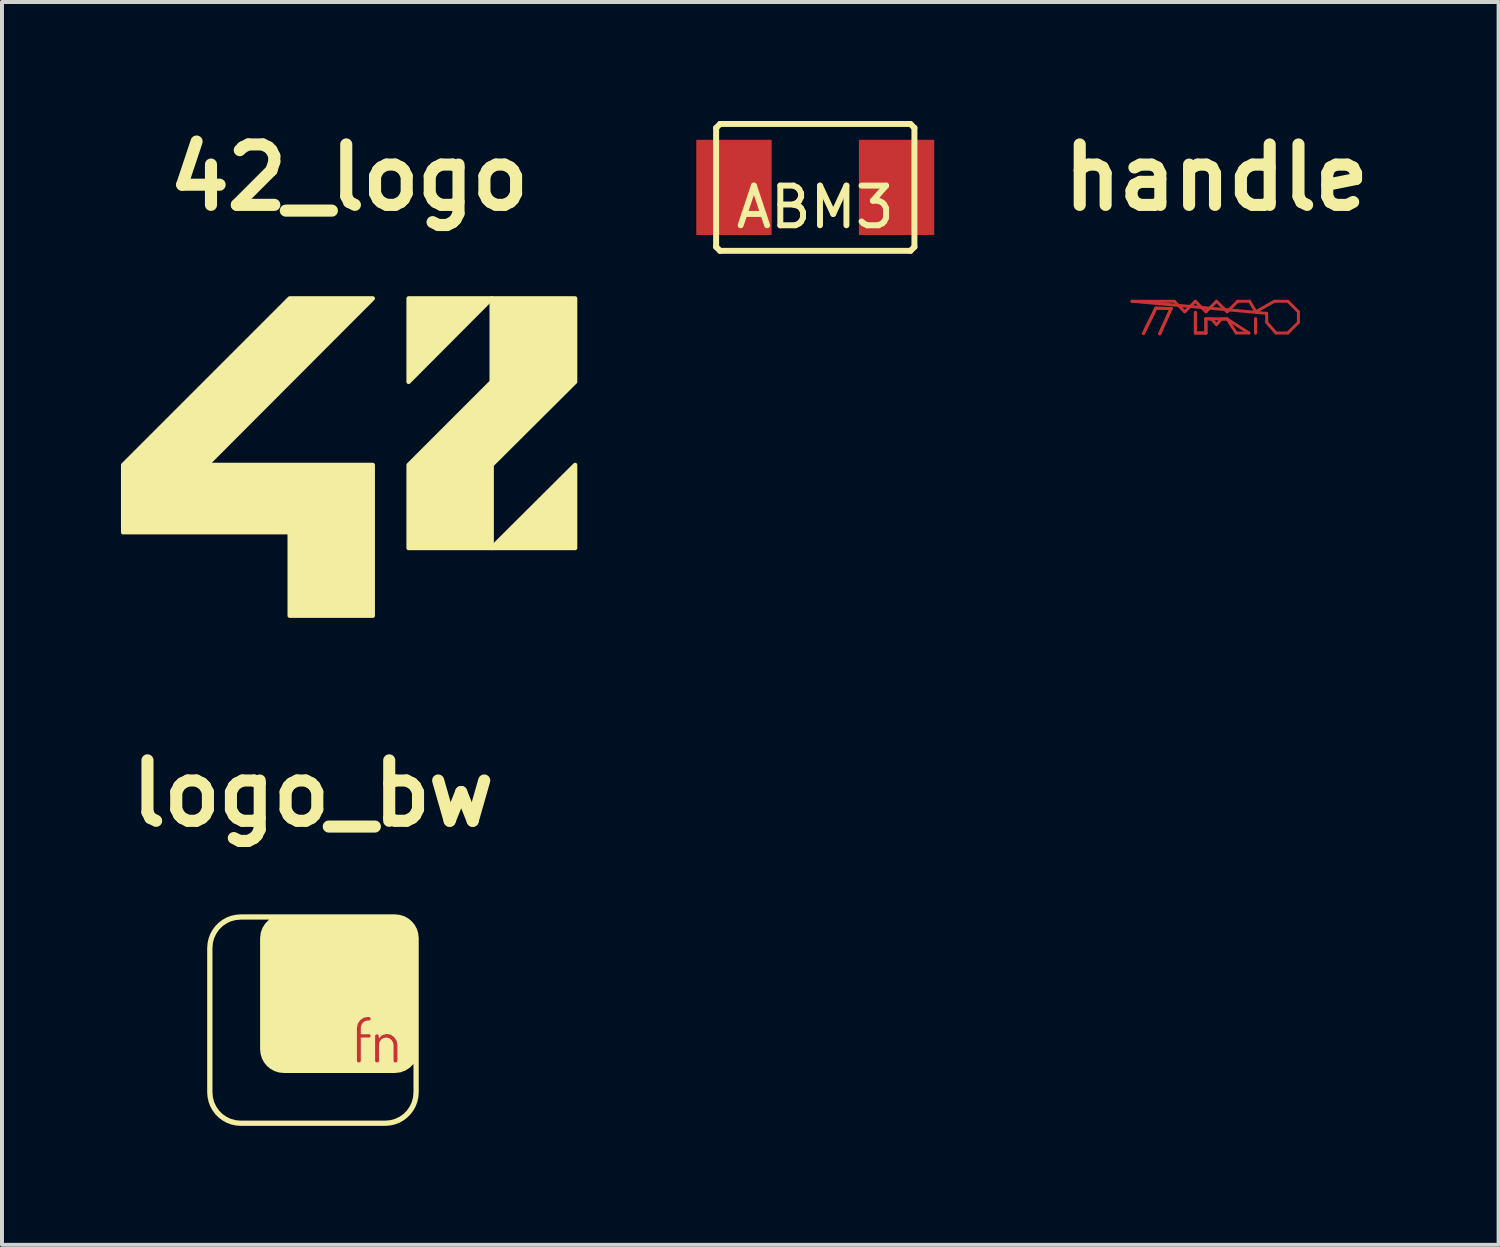
<source format=kicad_pcb>
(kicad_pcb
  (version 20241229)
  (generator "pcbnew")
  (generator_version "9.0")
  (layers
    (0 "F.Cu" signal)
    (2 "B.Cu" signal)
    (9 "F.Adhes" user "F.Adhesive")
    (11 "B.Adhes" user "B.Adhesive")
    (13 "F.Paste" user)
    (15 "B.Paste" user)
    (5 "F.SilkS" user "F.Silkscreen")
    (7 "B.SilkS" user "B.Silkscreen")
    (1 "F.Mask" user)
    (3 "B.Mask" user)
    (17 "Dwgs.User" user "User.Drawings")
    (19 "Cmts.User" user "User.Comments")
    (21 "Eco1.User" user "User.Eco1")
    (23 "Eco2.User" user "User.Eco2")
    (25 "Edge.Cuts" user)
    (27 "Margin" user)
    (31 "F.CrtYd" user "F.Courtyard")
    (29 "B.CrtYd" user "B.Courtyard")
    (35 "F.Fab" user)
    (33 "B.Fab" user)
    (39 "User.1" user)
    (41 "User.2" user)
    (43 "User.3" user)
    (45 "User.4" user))
  (footprint "handle"
    (layer "F.Cu")
    (at 27.621 4.921)
    (property "Reference" "handle" (at 0 -3.494 0) (layer "F.SilkS") (effects (font (size 1.524 1.524) (thickness 0.305))))
    (attr smd)
    (fp_line (start -2.131 -0.375) (end 1.267 -0.071) (stroke (width 0.075) (type solid)) (layer "F.Cu"))
    (fp_line (start -1.864 -0.375) (end -2.131 -0.375) (stroke (width 0.075) (type solid)) (layer "F.Cu"))
    (fp_line (start -1.842 0.44) (end -1.527 -0.2) (stroke (width 0.075) (type solid)) (layer "F.Cu"))
    (fp_line (start -1.527 -0.2) (end -1.842 0.44) (stroke (width 0.075) (type solid)) (layer "F.Cu"))
    (fp_line (start -1.527 -0.2) (end -1.143 -0.193) (stroke (width 0.075) (type solid)) (layer "F.Cu"))
    (fp_line (start -1.431 0.446) (end -1.143 -0.193) (stroke (width 0.075) (type solid)) (layer "F.Cu"))
    (fp_line (start -1.143 -0.193) (end -1.527 -0.2) (stroke (width 0.075) (type solid)) (layer "F.Cu"))
    (fp_line (start -1.143 -0.193) (end -1.431 0.446) (stroke (width 0.075) (type solid)) (layer "F.Cu"))
    (fp_line (start -1.064 -0.375) (end -1.864 -0.375) (stroke (width 0.075) (type solid)) (layer "F.Cu"))
    (fp_line (start -0.798 -0.109) (end -1.064 -0.375) (stroke (width 0.075) (type solid)) (layer "F.Cu"))
    (fp_line (start -0.531 -0.375) (end -0.798 -0.109) (stroke (width 0.075) (type solid)) (layer "F.Cu"))
    (fp_line (start -0.531 -0.092) (end -0.531 0.425) (stroke (width 0.075) (type solid)) (layer "F.Cu"))
    (fp_line (start -0.531 0.425) (end -0.531 -0.092) (stroke (width 0.075) (type solid)) (layer "F.Cu"))
    (fp_line (start -0.531 0.425) (end -0.264 0.425) (stroke (width 0.075) (type solid)) (layer "F.Cu"))
    (fp_line (start -0.267 0.067) (end -0.264 0.425) (stroke (width 0.075) (type solid)) (layer "F.Cu"))
    (fp_line (start -0.267 0.067) (end -0.125 0.071) (stroke (width 0.075) (type solid)) (layer "F.Cu"))
    (fp_line (start -0.264 -0.109) (end -0.531 -0.375) (stroke (width 0.075) (type solid)) (layer "F.Cu"))
    (fp_line (start -0.264 0.425) (end -0.531 0.425) (stroke (width 0.075) (type solid)) (layer "F.Cu"))
    (fp_line (start -0.264 0.425) (end -0.267 0.067) (stroke (width 0.075) (type solid)) (layer "F.Cu"))
    (fp_line (start -0.125 0.071) (end 0.002 0.215) (stroke (width 0.075) (type solid)) (layer "F.Cu"))
    (fp_line (start 0.002 0.215) (end 0.125 0.071) (stroke (width 0.075) (type solid)) (layer "F.Cu"))
    (fp_line (start 0.002 -0.375) (end -0.264 -0.109) (stroke (width 0.075) (type solid)) (layer "F.Cu"))
    (fp_line (start 0.125 0.071) (end 0.269 0.071) (stroke (width 0.075) (type solid)) (layer "F.Cu"))
    (fp_line (start 0.269 -0.109) (end 0.002 -0.375) (stroke (width 0.075) (type solid)) (layer "F.Cu"))
    (fp_line (start 0.269 0.071) (end -0.267 0.067) (stroke (width 0.075) (type solid)) (layer "F.Cu"))
    (fp_line (start 0.269 0.071) (end 0.5 0.425) (stroke (width 0.075) (type solid)) (layer "F.Cu"))
    (fp_line (start 0.5 0.425) (end 0.818 0.425) (stroke (width 0.075) (type solid)) (layer "F.Cu"))
    (fp_line (start 0.536 -0.375) (end 0.269 -0.109) (stroke (width 0.075) (type solid)) (layer "F.Cu"))
    (fp_line (start 0.818 0.425) (end 0.269 0.071) (stroke (width 0.075) (type solid)) (layer "F.Cu"))
    (fp_line (start 0.835 -0.375) (end 0.536 -0.375) (stroke (width 0.075) (type solid)) (layer "F.Cu"))
    (fp_line (start 0.988 0.067) (end 0.988 0.425) (stroke (width 0.075) (type solid)) (layer "F.Cu"))
    (fp_line (start 0.988 0.425) (end 0.988 0.067) (stroke (width 0.075) (type solid)) (layer "F.Cu"))
    (fp_line (start 0.99 -0.109) (end 0.835 -0.375) (stroke (width 0.075) (type solid)) (layer "F.Cu"))
    (fp_line (start 1.267 -0.071) (end 1.267 0.158) (stroke (width 0.075) (type solid)) (layer "F.Cu"))
    (fp_line (start 1.267 0.158) (end 1.502 0.425) (stroke (width 0.075) (type solid)) (layer "F.Cu"))
    (fp_line (start 1.46 -0.375) (end 0.99 -0.109) (stroke (width 0.075) (type solid)) (layer "F.Cu"))
    (fp_line (start 1.502 0.425) (end 1.8 0.425) (stroke (width 0.075) (type solid)) (layer "F.Cu"))
    (fp_line (start 1.8 -0.375) (end 1.46 -0.375) (stroke (width 0.075) (type solid)) (layer "F.Cu"))
    (fp_line (start 1.8 0.425) (end 2.067 0.158) (stroke (width 0.075) (type solid)) (layer "F.Cu"))
    (fp_line (start 2.067 -0.109) (end 1.8 -0.375) (stroke (width 0.075) (type solid)) (layer "F.Cu"))
    (fp_line (start 2.067 0.158) (end 2.067 -0.109) (stroke (width 0.075) (type solid)) (layer "F.Cu"))
    (fp_poly (pts (xy -1.53 -0.271) (xy -1.846 0.37) (xy -1.53 -0.271)) (stroke (width 0) (type solid)) (fill yes) (layer "F.Mask"))
    (fp_poly (pts (xy -0.539 -0.163) (xy -0.539 0.354) (xy -0.539 -0.163)) (stroke (width 0) (type solid)) (fill yes) (layer "F.Mask"))
    (fp_poly (pts (xy -0.537 0.354) (xy -0.271 0.354) (xy -0.537 0.354)) (stroke (width 0) (type solid)) (fill yes) (layer "F.Mask"))
    (fp_poly (pts (xy -1.532 -0.27) (xy -1.149 -0.263) (xy -1.533 -0.269) (xy -1.532 -0.27)) (stroke (width 0) (type solid)) (fill yes) (layer "F.Mask"))
    (fp_poly (pts (xy -1.143 -0.265) (xy -1.496 0.417) (xy -1.079 -0.164) (xy -1.143 -0.265)) (stroke (width 0) (type solid)) (fill yes) (layer "F.Mask"))
    (fp_poly (pts (xy -0.269 -0.004) (xy -0.266 0.352) (xy -0.269 -0.005) (xy -0.269 -0.004)) (stroke (width 0) (type solid)) (fill yes) (layer "F.Mask"))
    (fp_poly (pts (xy 0.986 -0.004) (xy 0.986 0.353) (xy 0.986 0.067) (xy 0.986 -0.004)) (stroke (width 0) (type solid)) (fill yes) (layer "F.Mask"))
    (fp_poly (pts (xy 0.269 -0.001) (xy 0.5 0.353) (xy 0.818 0.353) (xy 0.539 0.353) (xy 0.328 0.031) (xy 0.269 -0.001)) (stroke (width 0) (type solid)) (fill yes) (layer "F.Mask"))
    (fp_poly (pts (xy -0.273 -0.003) (xy -0.161 -0.001) (xy -0.055 0.12) (xy 0.048 -0.000192) (xy 0.158 -0.000192) (xy 0.125 -0.000192) (xy 0.054 0.082) (xy -0.019 -0.001) (xy -0.161 -0.004) (xy -0.273 -0.003)) (stroke (width 0) (type solid)) (fill yes) (layer "F.Mask"))
    (fp_poly (pts (xy -2.138 -0.446) (xy -1.871 -0.446) (xy -1.1 -0.446) (xy -0.854 -0.2) (xy -0.637 -0.417) (xy -0.421 -0.2) (xy -0.204 -0.417) (xy 0.013 -0.2) (xy 0.258 -0.446) (xy 0.489 -0.446) (xy 0.622 -0.215) (xy 1.479 -0.304) (xy 1.771 -0.304) (xy 1.996 -0.079) (xy 1.996 0.129) (xy 1.771 0.354) (xy 1.534 0.354) (xy 1.337 0.131) (xy 1.337 -0.071) (xy 1.337 0.158) (xy 1.573 0.425) (xy 1.871 0.425) (xy 2.138 0.158) (xy 2.138 -0.109) (xy 1.871 -0.375) (xy 1.46 -0.375) (xy 1.051 -0.143) (xy 0.932 -0.349) (xy 0.632 -0.349) (xy 0.416 -0.133) (xy 0.199 -0.349) (xy -0.018 -0.133) (xy -0.234 -0.349) (xy -0.451 -0.133) (xy -0.668 -0.349) (xy -1.468 -0.349) (xy -1.734 -0.349) (xy -2.138 -0.446)) (stroke (width 0) (type solid)) (fill yes) (layer "F.Mask")))
  (footprint "ABM3"
    (layer "F.Cu")
    (at 17.506 1.675)
    (property "Reference" "ABM3" (at 0 0.5 0) (layer "F.SilkS") (effects (font (size 1 1) (thickness 0.15))))
    (attr through_hole)
    (fp_line (start -2.5 -1.5) (end -2.4 -1.6) (stroke (width 0.15) (type solid)) (layer "F.SilkS"))
    (fp_line (start -2.5 1.5) (end -2.5 -1.5) (stroke (width 0.15) (type solid)) (layer "F.SilkS"))
    (fp_line (start -2.4 -1.6) (end 2.4 -1.6) (stroke (width 0.15) (type solid)) (layer "F.SilkS"))
    (fp_line (start -2.4 1.6) (end -2.5 1.5) (stroke (width 0.15) (type solid)) (layer "F.SilkS"))
    (fp_line (start 2.4 -1.6) (end 2.5 -1.5) (stroke (width 0.15) (type solid)) (layer "F.SilkS"))
    (fp_line (start 2.4 1.6) (end -2.4 1.6) (stroke (width 0.15) (type solid)) (layer "F.SilkS"))
    (fp_line (start 2.5 -1.5) (end 2.5 1.5) (stroke (width 0.15) (type solid)) (layer "F.SilkS"))
    (fp_line (start 2.5 1.5) (end 2.4 1.6) (stroke (width 0.15) (type solid)) (layer "F.SilkS"))
    (pad "1" smd rect (at -2.05 0) (size 1.9 2.4) (layers "F.Cu" "F.Mask" "F.Paste"))
    (pad "2" smd rect (at 2.05 0) (size 1.9 2.4) (layers "F.Cu" "F.Mask" "F.Paste")))
  (footprint "logo_bw"
    (layer "F.Cu")
    (at 4.841 22.671)
    (property "Reference" "logo_bw" (at 0 -5.715 0) (layer "F.SilkS") (effects (font (size 1.524 1.524) (thickness 0.305))))
    (attr smd)
    (fp_poly (pts (xy 1.108 1.032) (xy 1.108 0.198) (xy 1.128 0.093) (xy 1.188 0.004) (xy 1.275 -0.059) (xy 1.376 -0.079) (xy 1.414 -0.079) (xy 1.444 -0.066) (xy 1.456 -0.034) (xy 1.444 -0.002) (xy 1.414 0.01) (xy 1.388 0.01) (xy 1.318 0.023) (xy 1.259 0.064) (xy 1.22 0.122) (xy 1.206 0.19) (xy 1.206 0.357) (xy 1.422 0.357) (xy 1.446 0.369) (xy 1.456 0.396) (xy 1.446 0.427) (xy 1.422 0.439) (xy 1.206 0.439) (xy 1.206 1.032) (xy 1.191 1.059) (xy 1.155 1.069) (xy 1.122 1.059) (xy 1.108 1.032) (xy 1.108 1.032)) (stroke (width 0.075) (type solid)) (fill yes) (layer "F.Cu"))
    (fp_poly (pts (xy 1.567 1.03) (xy 1.567 0.393) (xy 1.581 0.368) (xy 1.615 0.357) (xy 1.647 0.368) (xy 1.66 0.393) (xy 1.66 0.463) (xy 1.739 0.381) (xy 1.862 0.348) (xy 1.963 0.369) (xy 2.05 0.431) (xy 2.11 0.522) (xy 2.13 0.63) (xy 2.13 1.03) (xy 2.115 1.059) (xy 2.08 1.069) (xy 2.047 1.059) (xy 2.032 1.03) (xy 2.032 0.63) (xy 2.018 0.56) (xy 1.976 0.497) (xy 1.916 0.453) (xy 1.844 0.439) (xy 1.777 0.452) (xy 1.719 0.491) (xy 1.678 0.552) (xy 1.665 0.63) (xy 1.665 1.03) (xy 1.65 1.057) (xy 1.615 1.069) (xy 1.581 1.057) (xy 1.567 1.03) (xy 1.567 1.03)) (stroke (width 0.075) (type solid)) (fill yes) (layer "F.Cu"))
    (fp_poly (pts (xy 1.108 1.032) (xy 1.108 0.198) (xy 1.128 0.093) (xy 1.188 0.004) (xy 1.275 -0.059) (xy 1.376 -0.079) (xy 1.414 -0.079) (xy 1.444 -0.066) (xy 1.456 -0.034) (xy 1.444 -0.002) (xy 1.414 0.01) (xy 1.388 0.01) (xy 1.318 0.023) (xy 1.259 0.064) (xy 1.22 0.122) (xy 1.206 0.19) (xy 1.206 0.357) (xy 1.422 0.357) (xy 1.446 0.369) (xy 1.456 0.396) (xy 1.446 0.427) (xy 1.422 0.439) (xy 1.206 0.439) (xy 1.206 1.032) (xy 1.191 1.059) (xy 1.155 1.069) (xy 1.122 1.059) (xy 1.108 1.032) (xy 1.108 1.032)) (stroke (width 0.075) (type solid)) (fill yes) (layer "F.Mask"))
    (fp_poly (pts (xy 1.567 1.03) (xy 1.567 0.393) (xy 1.581 0.368) (xy 1.615 0.357) (xy 1.647 0.368) (xy 1.66 0.393) (xy 1.66 0.463) (xy 1.739 0.381) (xy 1.862 0.348) (xy 1.963 0.369) (xy 2.05 0.431) (xy 2.11 0.522) (xy 2.13 0.63) (xy 2.13 1.03) (xy 2.115 1.059) (xy 2.08 1.069) (xy 2.047 1.059) (xy 2.032 1.03) (xy 2.032 0.63) (xy 2.018 0.56) (xy 1.976 0.497) (xy 1.916 0.453) (xy 1.844 0.439) (xy 1.777 0.452) (xy 1.719 0.491) (xy 1.678 0.552) (xy 1.665 0.63) (xy 1.665 1.03) (xy 1.65 1.057) (xy 1.615 1.069) (xy 1.581 1.057) (xy 1.567 1.03) (xy 1.567 1.03)) (stroke (width 0.075) (type solid)) (fill yes) (layer "F.Mask"))
    (fp_poly (pts (xy -1.82 -2.667) (xy -1.82 -2.534) (xy -1.106 -2.534) (xy -1.199 -2.442) (xy -1.271 -2.331) (xy -1.317 -2.205) (xy -1.333 -2.067) (xy -1.333 0.733) (xy -1.321 0.854) (xy -1.286 0.967) (xy -1.231 1.069) (xy -1.158 1.158) (xy -1.069 1.231) (xy -0.967 1.286) (xy -0.854 1.321) (xy -0.733 1.333) (xy 2.067 1.333) (xy 2.205 1.317) (xy 2.331 1.271) (xy 2.442 1.199) (xy 2.534 1.106) (xy 2.534 1.82) (xy 2.523 1.949) (xy 2.49 2.07) (xy 2.437 2.181) (xy 2.367 2.281) (xy 2.281 2.367) (xy 2.181 2.437) (xy 2.07 2.49) (xy 1.949 2.523) (xy 1.82 2.534) (xy -1.82 2.534) (xy -1.949 2.523) (xy -2.07 2.49) (xy -2.181 2.437) (xy -2.281 2.367) (xy -2.367 2.281) (xy -2.437 2.181) (xy -2.49 2.07) (xy -2.523 1.949) (xy -2.534 1.82) (xy -2.534 -1.82) (xy -2.523 -1.949) (xy -2.49 -2.07) (xy -2.437 -2.181) (xy -2.367 -2.281) (xy -2.281 -2.367) (xy -2.181 -2.437) (xy -2.07 -2.49) (xy -1.949 -2.523) (xy -1.82 -2.534) (xy -1.82 -2.667) (xy -1.945 -2.657) (xy -2.064 -2.631) (xy -2.177 -2.588) (xy -2.281 -2.53) (xy -2.375 -2.459) (xy -2.459 -2.375) (xy -2.53 -2.281) (xy -2.588 -2.177) (xy -2.631 -2.064) (xy -2.657 -1.945) (xy -2.667 -1.82) (xy -2.667 1.82) (xy -2.657 1.945) (xy -2.631 2.064) (xy -2.588 2.177) (xy -2.53 2.281) (xy -2.459 2.375) (xy -2.375 2.459) (xy -2.281 2.53) (xy -2.177 2.588) (xy -2.064 2.631) (xy -1.945 2.657) (xy -1.82 2.667) (xy 1.82 2.667) (xy 1.945 2.657) (xy 2.064 2.631) (xy 2.177 2.588) (xy 2.281 2.53) (xy 2.375 2.459) (xy 2.459 2.375) (xy 2.53 2.281) (xy 2.588 2.177) (xy 2.631 2.064) (xy 2.657 1.945) (xy 2.667 1.82) (xy 2.667 0.733) (xy 1.444 -0.066) (xy 1.456 -0.034) (xy 1.444 -0.002) (xy 1.414 0.01) (xy 1.388 0.01) (xy 1.318 0.023) (xy 1.259 0.064) (xy 1.22 0.122) (xy 1.206 0.19) (xy 1.206 0.357) (xy 1.421 0.357) (xy 1.446 0.369) (xy 1.456 0.396) (xy 1.446 0.427) (xy 1.421 0.439) (xy 1.206 0.439) (xy 1.206 1.031) (xy 1.191 1.059) (xy 1.155 1.069) (xy 1.122 1.059) (xy 1.108 1.031) (xy 1.108 0.198) (xy 1.128 0.093) (xy 1.188 0.003) (xy 1.275 -0.059) (xy 1.376 -0.079) (xy 1.414 -0.079) (xy 1.444 -0.066) (xy 2.667 0.733) (xy 1.963 0.369) (xy 2.05 0.431) (xy 2.11 0.522) (xy 2.13 0.63) (xy 2.13 1.03) (xy 2.115 1.059) (xy 2.08 1.069) (xy 2.047 1.059) (xy 2.032 1.03) (xy 2.032 0.63) (xy 2.018 0.56) (xy 1.977 0.497) (xy 1.916 0.453) (xy 1.844 0.439) (xy 1.777 0.452) (xy 1.719 0.491) (xy 1.678 0.552) (xy 1.665 0.63) (xy 1.665 1.03) (xy 1.65 1.057) (xy 1.615 1.069) (xy 1.581 1.057) (xy 1.567 1.03) (xy 1.567 0.393) (xy 1.581 0.368) (xy 1.615 0.357) (xy 1.647 0.368) (xy 1.66 0.393) (xy 1.66 0.463) (xy 1.739 0.381) (xy 1.862 0.348) (xy 1.963 0.369) (xy 2.667 0.733) (xy 2.667 -1.82) (xy 2.667 -2.067) (xy 2.654 -2.188) (xy 2.62 -2.301) (xy 2.564 -2.403) (xy 2.491 -2.491) (xy 2.403 -2.564) (xy 2.301 -2.62) (xy 2.188 -2.654) (xy 2.067 -2.667) (xy 1.82 -2.667) (xy -0.733 -2.667) (xy -1.82 -2.667)) (stroke (width 0) (type solid)) (fill yes) (layer "F.SilkS")))
  (footprint "42_logo"
    (layer "F.Cu")
    (at 5.753 8.474)
    (property "Reference" "42_logo" (at 0 -7.048 0) (layer "F.SilkS") (effects (font (size 1.524 1.524) (thickness 0.305))))
    (attr smd)
    (fp_poly (pts (xy 3.594 -4) (xy 1.499 -4) (xy 1.499 -1.896) (xy 3.594 -4)) (stroke (width 0.11) (type solid)) (fill yes) (layer "F.SilkS"))
    (fp_poly (pts (xy 3.594 2.294) (xy 5.698 2.294) (xy 5.698 0.199) (xy 3.594 2.294)) (stroke (width 0.11) (type solid)) (fill yes) (layer "F.SilkS"))
    (fp_poly (pts (xy 3.594 -4) (xy 3.594 -1.896) (xy 1.499 0.199) (xy 1.499 2.294) (xy 3.594 2.294) (xy 3.594 0.199) (xy 5.698 -1.896) (xy 5.698 -4) (xy 3.594 -4)) (stroke (width 0.11) (type solid)) (fill yes) (layer "F.SilkS"))
    (fp_poly (pts (xy -1.499 -4) (xy -5.698 0.199) (xy -5.698 1.896) (xy -1.499 1.896) (xy -1.499 4) (xy 0.596 4) (xy 0.596 0.199) (xy -3.594 0.199) (xy 0.596 -4) (xy -1.499 -4)) (stroke (width 0.11) (type solid)) (fill yes) (layer "F.SilkS")))
  (gr_rect
    (start -3 -3)
    (end 34.735 28.337)
    (stroke (width 0.1) (type default))
    (fill no)
    (layer "Edge.Cuts")))
</source>
